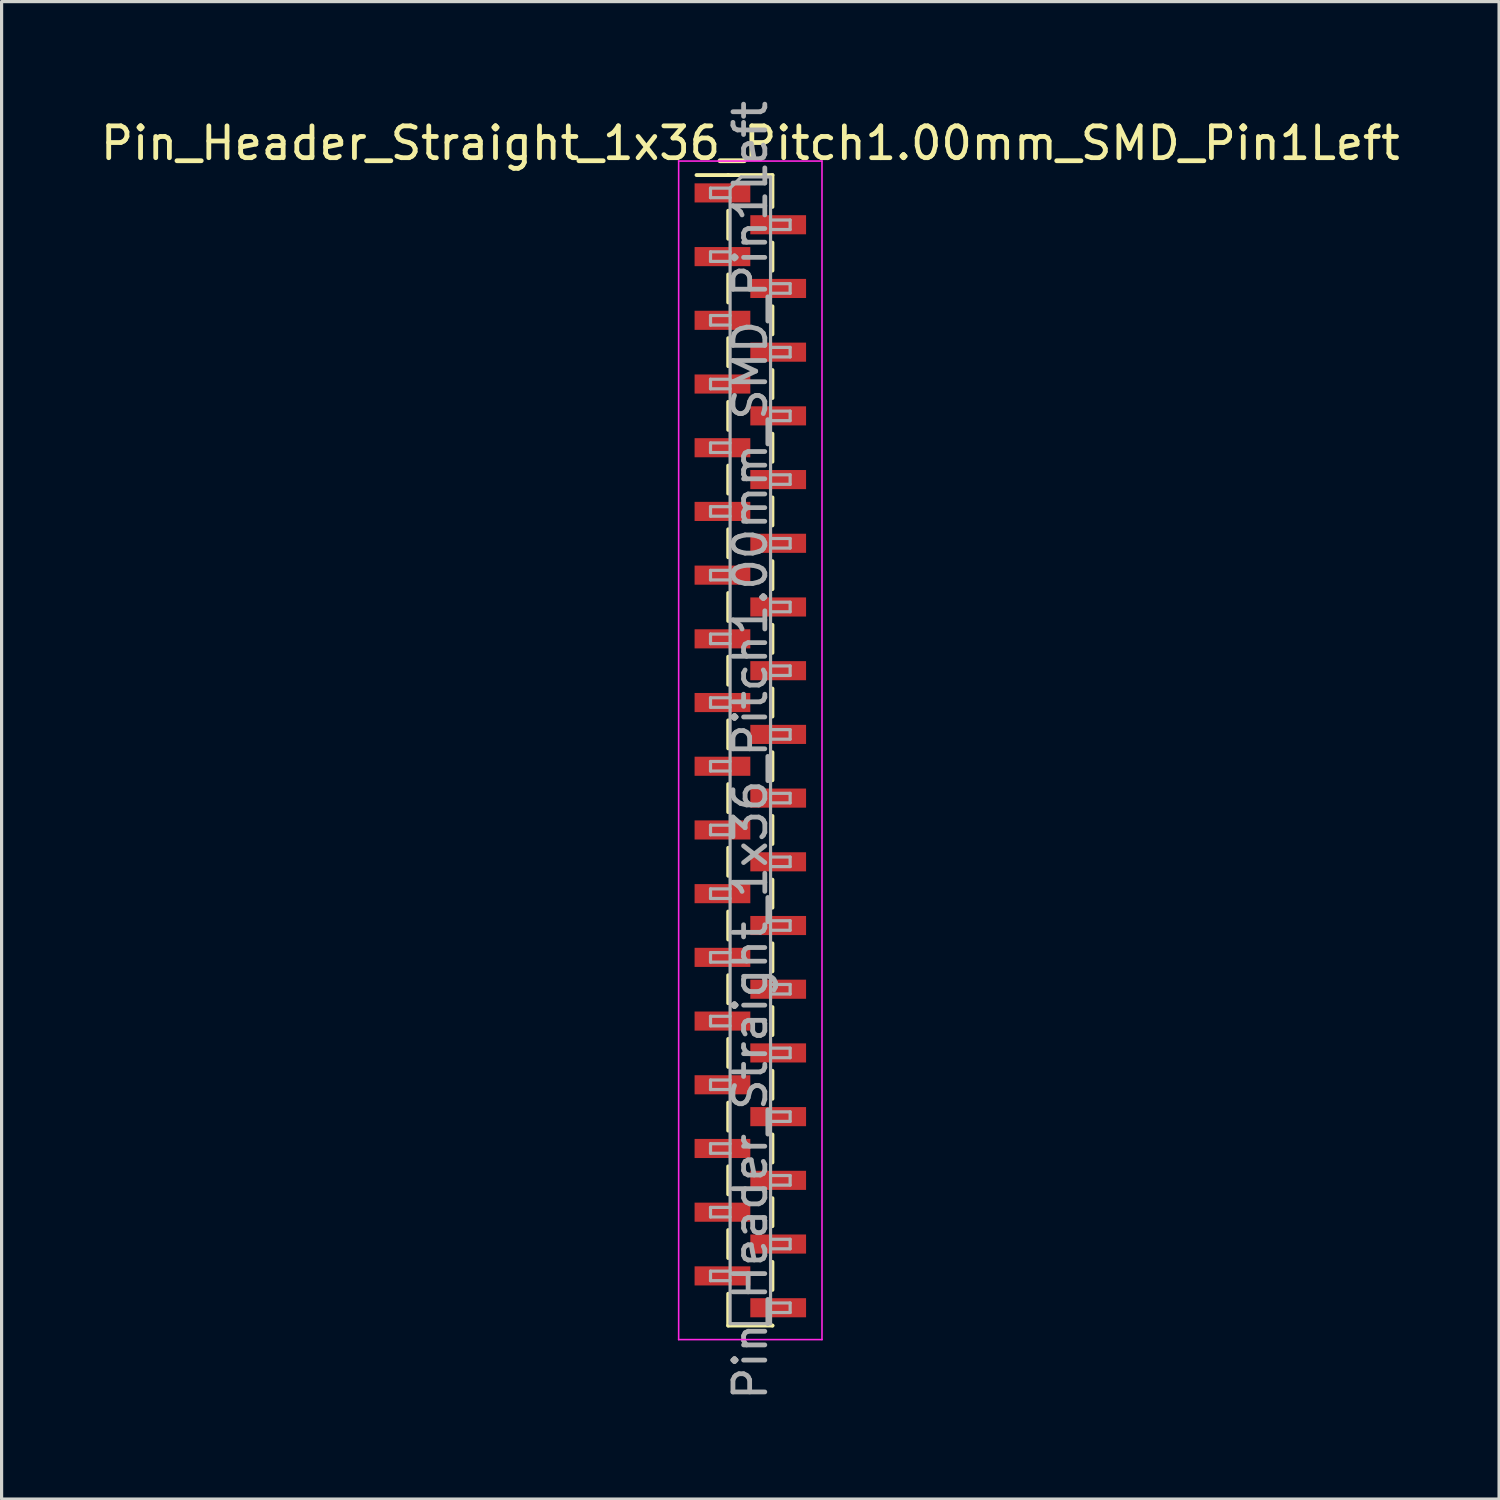
<source format=kicad_pcb>
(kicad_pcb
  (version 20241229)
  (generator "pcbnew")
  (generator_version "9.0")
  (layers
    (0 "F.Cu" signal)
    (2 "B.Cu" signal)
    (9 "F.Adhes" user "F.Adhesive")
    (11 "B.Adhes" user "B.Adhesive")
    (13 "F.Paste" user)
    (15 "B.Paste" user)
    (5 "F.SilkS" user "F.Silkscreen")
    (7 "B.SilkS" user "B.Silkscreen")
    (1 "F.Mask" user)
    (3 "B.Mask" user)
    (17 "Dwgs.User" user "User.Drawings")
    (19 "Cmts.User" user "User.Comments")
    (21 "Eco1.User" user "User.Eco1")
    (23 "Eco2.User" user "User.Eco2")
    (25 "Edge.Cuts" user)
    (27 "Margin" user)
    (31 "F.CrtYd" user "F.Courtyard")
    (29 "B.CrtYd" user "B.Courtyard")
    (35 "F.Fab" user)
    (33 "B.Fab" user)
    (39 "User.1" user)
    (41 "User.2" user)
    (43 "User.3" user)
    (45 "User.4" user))
  (footprint "Pin_Header_Straight_1x36_Pitch1.00mm_SMD_Pin1Left"
    (layer "F.Cu")
    (at 20.506 20.506)
    (property "Reference" "Pin_Header_Straight_1x36_Pitch1.00mm_SMD_Pin1Left" (at 0 -19.06 0) (layer "F.SilkS") (effects (font (size 1 1) (thickness 0.15))))
    (attr smd)
    (fp_line (start -0.695 -18.06) (end -1.69 -18.06) (stroke (width 0.12) (type solid)) (layer "F.SilkS"))
    (fp_line (start -0.695 -18.06) (end -0.695 -18.06) (stroke (width 0.12) (type solid)) (layer "F.SilkS"))
    (fp_line (start -0.695 -18.06) (end 0.695 -18.06) (stroke (width 0.12) (type solid)) (layer "F.SilkS"))
    (fp_line (start -0.695 -16.94) (end -0.695 -16.06) (stroke (width 0.12) (type solid)) (layer "F.SilkS"))
    (fp_line (start -0.695 -14.94) (end -0.695 -14.06) (stroke (width 0.12) (type solid)) (layer "F.SilkS"))
    (fp_line (start -0.695 -12.94) (end -0.695 -12.06) (stroke (width 0.12) (type solid)) (layer "F.SilkS"))
    (fp_line (start -0.695 -10.94) (end -0.695 -10.06) (stroke (width 0.12) (type solid)) (layer "F.SilkS"))
    (fp_line (start -0.695 -8.94) (end -0.695 -8.06) (stroke (width 0.12) (type solid)) (layer "F.SilkS"))
    (fp_line (start -0.695 -6.94) (end -0.695 -6.06) (stroke (width 0.12) (type solid)) (layer "F.SilkS"))
    (fp_line (start -0.695 -4.94) (end -0.695 -4.06) (stroke (width 0.12) (type solid)) (layer "F.SilkS"))
    (fp_line (start -0.695 -2.94) (end -0.695 -2.06) (stroke (width 0.12) (type solid)) (layer "F.SilkS"))
    (fp_line (start -0.695 -0.94) (end -0.695 -0.06) (stroke (width 0.12) (type solid)) (layer "F.SilkS"))
    (fp_line (start -0.695 1.06) (end -0.695 1.94) (stroke (width 0.12) (type solid)) (layer "F.SilkS"))
    (fp_line (start -0.695 3.06) (end -0.695 3.94) (stroke (width 0.12) (type solid)) (layer "F.SilkS"))
    (fp_line (start -0.695 5.06) (end -0.695 5.94) (stroke (width 0.12) (type solid)) (layer "F.SilkS"))
    (fp_line (start -0.695 7.06) (end -0.695 7.94) (stroke (width 0.12) (type solid)) (layer "F.SilkS"))
    (fp_line (start -0.695 9.06) (end -0.695 9.94) (stroke (width 0.12) (type solid)) (layer "F.SilkS"))
    (fp_line (start -0.695 11.06) (end -0.695 11.94) (stroke (width 0.12) (type solid)) (layer "F.SilkS"))
    (fp_line (start -0.695 13.06) (end -0.695 13.94) (stroke (width 0.12) (type solid)) (layer "F.SilkS"))
    (fp_line (start -0.695 15.06) (end -0.695 15.94) (stroke (width 0.12) (type solid)) (layer "F.SilkS"))
    (fp_line (start -0.695 17.06) (end -0.695 18.06) (stroke (width 0.12) (type solid)) (layer "F.SilkS"))
    (fp_line (start -0.695 18.06) (end 0.695 18.06) (stroke (width 0.12) (type solid)) (layer "F.SilkS"))
    (fp_line (start 0.695 -18.06) (end 0.695 -17.06) (stroke (width 0.12) (type solid)) (layer "F.SilkS"))
    (fp_line (start 0.695 -15.94) (end 0.695 -15.06) (stroke (width 0.12) (type solid)) (layer "F.SilkS"))
    (fp_line (start 0.695 -13.94) (end 0.695 -13.06) (stroke (width 0.12) (type solid)) (layer "F.SilkS"))
    (fp_line (start 0.695 -11.94) (end 0.695 -11.06) (stroke (width 0.12) (type solid)) (layer "F.SilkS"))
    (fp_line (start 0.695 -9.94) (end 0.695 -9.06) (stroke (width 0.12) (type solid)) (layer "F.SilkS"))
    (fp_line (start 0.695 -7.94) (end 0.695 -7.06) (stroke (width 0.12) (type solid)) (layer "F.SilkS"))
    (fp_line (start 0.695 -5.94) (end 0.695 -5.06) (stroke (width 0.12) (type solid)) (layer "F.SilkS"))
    (fp_line (start 0.695 -3.94) (end 0.695 -3.06) (stroke (width 0.12) (type solid)) (layer "F.SilkS"))
    (fp_line (start 0.695 -1.94) (end 0.695 -1.06) (stroke (width 0.12) (type solid)) (layer "F.SilkS"))
    (fp_line (start 0.695 0.06) (end 0.695 0.94) (stroke (width 0.12) (type solid)) (layer "F.SilkS"))
    (fp_line (start 0.695 2.06) (end 0.695 2.94) (stroke (width 0.12) (type solid)) (layer "F.SilkS"))
    (fp_line (start 0.695 4.06) (end 0.695 4.94) (stroke (width 0.12) (type solid)) (layer "F.SilkS"))
    (fp_line (start 0.695 6.06) (end 0.695 6.94) (stroke (width 0.12) (type solid)) (layer "F.SilkS"))
    (fp_line (start 0.695 8.06) (end 0.695 8.94) (stroke (width 0.12) (type solid)) (layer "F.SilkS"))
    (fp_line (start 0.695 10.06) (end 0.695 10.94) (stroke (width 0.12) (type solid)) (layer "F.SilkS"))
    (fp_line (start 0.695 12.06) (end 0.695 12.94) (stroke (width 0.12) (type solid)) (layer "F.SilkS"))
    (fp_line (start 0.695 14.06) (end 0.695 14.94) (stroke (width 0.12) (type solid)) (layer "F.SilkS"))
    (fp_line (start 0.695 16.06) (end 0.695 16.94) (stroke (width 0.12) (type solid)) (layer "F.SilkS"))
    (fp_line (start 0.695 18.06) (end 0.695 18.06) (stroke (width 0.12) (type solid)) (layer "F.SilkS"))
    (fp_line (start -2.25 -18.5) (end -2.25 18.5) (stroke (width 0.05) (type solid)) (layer "F.CrtYd"))
    (fp_line (start -2.25 18.5) (end 2.25 18.5) (stroke (width 0.05) (type solid)) (layer "F.CrtYd"))
    (fp_line (start 2.25 -18.5) (end -2.25 -18.5) (stroke (width 0.05) (type solid)) (layer "F.CrtYd"))
    (fp_line (start 2.25 18.5) (end 2.25 -18.5) (stroke (width 0.05) (type solid)) (layer "F.CrtYd"))
    (fp_line (start -1.25 -17.65) (end -1.25 -17.35) (stroke (width 0.1) (type solid)) (layer "F.Fab"))
    (fp_line (start -1.25 -17.35) (end -0.635 -17.35) (stroke (width 0.1) (type solid)) (layer "F.Fab"))
    (fp_line (start -1.25 -15.65) (end -1.25 -15.35) (stroke (width 0.1) (type solid)) (layer "F.Fab"))
    (fp_line (start -1.25 -15.35) (end -0.635 -15.35) (stroke (width 0.1) (type solid)) (layer "F.Fab"))
    (fp_line (start -1.25 -13.65) (end -1.25 -13.35) (stroke (width 0.1) (type solid)) (layer "F.Fab"))
    (fp_line (start -1.25 -13.35) (end -0.635 -13.35) (stroke (width 0.1) (type solid)) (layer "F.Fab"))
    (fp_line (start -1.25 -11.65) (end -1.25 -11.35) (stroke (width 0.1) (type solid)) (layer "F.Fab"))
    (fp_line (start -1.25 -11.35) (end -0.635 -11.35) (stroke (width 0.1) (type solid)) (layer "F.Fab"))
    (fp_line (start -1.25 -9.65) (end -1.25 -9.35) (stroke (width 0.1) (type solid)) (layer "F.Fab"))
    (fp_line (start -1.25 -9.35) (end -0.635 -9.35) (stroke (width 0.1) (type solid)) (layer "F.Fab"))
    (fp_line (start -1.25 -7.65) (end -1.25 -7.35) (stroke (width 0.1) (type solid)) (layer "F.Fab"))
    (fp_line (start -1.25 -7.35) (end -0.635 -7.35) (stroke (width 0.1) (type solid)) (layer "F.Fab"))
    (fp_line (start -1.25 -5.65) (end -1.25 -5.35) (stroke (width 0.1) (type solid)) (layer "F.Fab"))
    (fp_line (start -1.25 -5.35) (end -0.635 -5.35) (stroke (width 0.1) (type solid)) (layer "F.Fab"))
    (fp_line (start -1.25 -3.65) (end -1.25 -3.35) (stroke (width 0.1) (type solid)) (layer "F.Fab"))
    (fp_line (start -1.25 -3.35) (end -0.635 -3.35) (stroke (width 0.1) (type solid)) (layer "F.Fab"))
    (fp_line (start -1.25 -1.65) (end -1.25 -1.35) (stroke (width 0.1) (type solid)) (layer "F.Fab"))
    (fp_line (start -1.25 -1.35) (end -0.635 -1.35) (stroke (width 0.1) (type solid)) (layer "F.Fab"))
    (fp_line (start -1.25 0.35) (end -1.25 0.65) (stroke (width 0.1) (type solid)) (layer "F.Fab"))
    (fp_line (start -1.25 0.65) (end -0.635 0.65) (stroke (width 0.1) (type solid)) (layer "F.Fab"))
    (fp_line (start -1.25 2.35) (end -1.25 2.65) (stroke (width 0.1) (type solid)) (layer "F.Fab"))
    (fp_line (start -1.25 2.65) (end -0.635 2.65) (stroke (width 0.1) (type solid)) (layer "F.Fab"))
    (fp_line (start -1.25 4.35) (end -1.25 4.65) (stroke (width 0.1) (type solid)) (layer "F.Fab"))
    (fp_line (start -1.25 4.65) (end -0.635 4.65) (stroke (width 0.1) (type solid)) (layer "F.Fab"))
    (fp_line (start -1.25 6.35) (end -1.25 6.65) (stroke (width 0.1) (type solid)) (layer "F.Fab"))
    (fp_line (start -1.25 6.65) (end -0.635 6.65) (stroke (width 0.1) (type solid)) (layer "F.Fab"))
    (fp_line (start -1.25 8.35) (end -1.25 8.65) (stroke (width 0.1) (type solid)) (layer "F.Fab"))
    (fp_line (start -1.25 8.65) (end -0.635 8.65) (stroke (width 0.1) (type solid)) (layer "F.Fab"))
    (fp_line (start -1.25 10.35) (end -1.25 10.65) (stroke (width 0.1) (type solid)) (layer "F.Fab"))
    (fp_line (start -1.25 10.65) (end -0.635 10.65) (stroke (width 0.1) (type solid)) (layer "F.Fab"))
    (fp_line (start -1.25 12.35) (end -1.25 12.65) (stroke (width 0.1) (type solid)) (layer "F.Fab"))
    (fp_line (start -1.25 12.65) (end -0.635 12.65) (stroke (width 0.1) (type solid)) (layer "F.Fab"))
    (fp_line (start -1.25 14.35) (end -1.25 14.65) (stroke (width 0.1) (type solid)) (layer "F.Fab"))
    (fp_line (start -1.25 14.65) (end -0.635 14.65) (stroke (width 0.1) (type solid)) (layer "F.Fab"))
    (fp_line (start -1.25 16.35) (end -1.25 16.65) (stroke (width 0.1) (type solid)) (layer "F.Fab"))
    (fp_line (start -1.25 16.65) (end -0.635 16.65) (stroke (width 0.1) (type solid)) (layer "F.Fab"))
    (fp_line (start -0.635 -17.65) (end -1.25 -17.65) (stroke (width 0.1) (type solid)) (layer "F.Fab"))
    (fp_line (start -0.635 -17.65) (end -0.285 -18) (stroke (width 0.1) (type solid)) (layer "F.Fab"))
    (fp_line (start -0.635 -15.65) (end -1.25 -15.65) (stroke (width 0.1) (type solid)) (layer "F.Fab"))
    (fp_line (start -0.635 -13.65) (end -1.25 -13.65) (stroke (width 0.1) (type solid)) (layer "F.Fab"))
    (fp_line (start -0.635 -11.65) (end -1.25 -11.65) (stroke (width 0.1) (type solid)) (layer "F.Fab"))
    (fp_line (start -0.635 -9.65) (end -1.25 -9.65) (stroke (width 0.1) (type solid)) (layer "F.Fab"))
    (fp_line (start -0.635 -7.65) (end -1.25 -7.65) (stroke (width 0.1) (type solid)) (layer "F.Fab"))
    (fp_line (start -0.635 -5.65) (end -1.25 -5.65) (stroke (width 0.1) (type solid)) (layer "F.Fab"))
    (fp_line (start -0.635 -3.65) (end -1.25 -3.65) (stroke (width 0.1) (type solid)) (layer "F.Fab"))
    (fp_line (start -0.635 -1.65) (end -1.25 -1.65) (stroke (width 0.1) (type solid)) (layer "F.Fab"))
    (fp_line (start -0.635 0.35) (end -1.25 0.35) (stroke (width 0.1) (type solid)) (layer "F.Fab"))
    (fp_line (start -0.635 2.35) (end -1.25 2.35) (stroke (width 0.1) (type solid)) (layer "F.Fab"))
    (fp_line (start -0.635 4.35) (end -1.25 4.35) (stroke (width 0.1) (type solid)) (layer "F.Fab"))
    (fp_line (start -0.635 6.35) (end -1.25 6.35) (stroke (width 0.1) (type solid)) (layer "F.Fab"))
    (fp_line (start -0.635 8.35) (end -1.25 8.35) (stroke (width 0.1) (type solid)) (layer "F.Fab"))
    (fp_line (start -0.635 10.35) (end -1.25 10.35) (stroke (width 0.1) (type solid)) (layer "F.Fab"))
    (fp_line (start -0.635 12.35) (end -1.25 12.35) (stroke (width 0.1) (type solid)) (layer "F.Fab"))
    (fp_line (start -0.635 14.35) (end -1.25 14.35) (stroke (width 0.1) (type solid)) (layer "F.Fab"))
    (fp_line (start -0.635 16.35) (end -1.25 16.35) (stroke (width 0.1) (type solid)) (layer "F.Fab"))
    (fp_line (start -0.635 18) (end -0.635 -17.65) (stroke (width 0.1) (type solid)) (layer "F.Fab"))
    (fp_line (start -0.285 -18) (end 0.635 -18) (stroke (width 0.1) (type solid)) (layer "F.Fab"))
    (fp_line (start 0.635 -18) (end 0.635 18) (stroke (width 0.1) (type solid)) (layer "F.Fab"))
    (fp_line (start 0.635 -16.65) (end 1.25 -16.65) (stroke (width 0.1) (type solid)) (layer "F.Fab"))
    (fp_line (start 0.635 -14.65) (end 1.25 -14.65) (stroke (width 0.1) (type solid)) (layer "F.Fab"))
    (fp_line (start 0.635 -12.65) (end 1.25 -12.65) (stroke (width 0.1) (type solid)) (layer "F.Fab"))
    (fp_line (start 0.635 -10.65) (end 1.25 -10.65) (stroke (width 0.1) (type solid)) (layer "F.Fab"))
    (fp_line (start 0.635 -8.65) (end 1.25 -8.65) (stroke (width 0.1) (type solid)) (layer "F.Fab"))
    (fp_line (start 0.635 -6.65) (end 1.25 -6.65) (stroke (width 0.1) (type solid)) (layer "F.Fab"))
    (fp_line (start 0.635 -4.65) (end 1.25 -4.65) (stroke (width 0.1) (type solid)) (layer "F.Fab"))
    (fp_line (start 0.635 -2.65) (end 1.25 -2.65) (stroke (width 0.1) (type solid)) (layer "F.Fab"))
    (fp_line (start 0.635 -0.65) (end 1.25 -0.65) (stroke (width 0.1) (type solid)) (layer "F.Fab"))
    (fp_line (start 0.635 1.35) (end 1.25 1.35) (stroke (width 0.1) (type solid)) (layer "F.Fab"))
    (fp_line (start 0.635 3.35) (end 1.25 3.35) (stroke (width 0.1) (type solid)) (layer "F.Fab"))
    (fp_line (start 0.635 5.35) (end 1.25 5.35) (stroke (width 0.1) (type solid)) (layer "F.Fab"))
    (fp_line (start 0.635 7.35) (end 1.25 7.35) (stroke (width 0.1) (type solid)) (layer "F.Fab"))
    (fp_line (start 0.635 9.35) (end 1.25 9.35) (stroke (width 0.1) (type solid)) (layer "F.Fab"))
    (fp_line (start 0.635 11.35) (end 1.25 11.35) (stroke (width 0.1) (type solid)) (layer "F.Fab"))
    (fp_line (start 0.635 13.35) (end 1.25 13.35) (stroke (width 0.1) (type solid)) (layer "F.Fab"))
    (fp_line (start 0.635 15.35) (end 1.25 15.35) (stroke (width 0.1) (type solid)) (layer "F.Fab"))
    (fp_line (start 0.635 17.35) (end 1.25 17.35) (stroke (width 0.1) (type solid)) (layer "F.Fab"))
    (fp_line (start 0.635 18) (end -0.635 18) (stroke (width 0.1) (type solid)) (layer "F.Fab"))
    (fp_line (start 1.25 -16.65) (end 1.25 -16.35) (stroke (width 0.1) (type solid)) (layer "F.Fab"))
    (fp_line (start 1.25 -16.35) (end 0.635 -16.35) (stroke (width 0.1) (type solid)) (layer "F.Fab"))
    (fp_line (start 1.25 -14.65) (end 1.25 -14.35) (stroke (width 0.1) (type solid)) (layer "F.Fab"))
    (fp_line (start 1.25 -14.35) (end 0.635 -14.35) (stroke (width 0.1) (type solid)) (layer "F.Fab"))
    (fp_line (start 1.25 -12.65) (end 1.25 -12.35) (stroke (width 0.1) (type solid)) (layer "F.Fab"))
    (fp_line (start 1.25 -12.35) (end 0.635 -12.35) (stroke (width 0.1) (type solid)) (layer "F.Fab"))
    (fp_line (start 1.25 -10.65) (end 1.25 -10.35) (stroke (width 0.1) (type solid)) (layer "F.Fab"))
    (fp_line (start 1.25 -10.35) (end 0.635 -10.35) (stroke (width 0.1) (type solid)) (layer "F.Fab"))
    (fp_line (start 1.25 -8.65) (end 1.25 -8.35) (stroke (width 0.1) (type solid)) (layer "F.Fab"))
    (fp_line (start 1.25 -8.35) (end 0.635 -8.35) (stroke (width 0.1) (type solid)) (layer "F.Fab"))
    (fp_line (start 1.25 -6.65) (end 1.25 -6.35) (stroke (width 0.1) (type solid)) (layer "F.Fab"))
    (fp_line (start 1.25 -6.35) (end 0.635 -6.35) (stroke (width 0.1) (type solid)) (layer "F.Fab"))
    (fp_line (start 1.25 -4.65) (end 1.25 -4.35) (stroke (width 0.1) (type solid)) (layer "F.Fab"))
    (fp_line (start 1.25 -4.35) (end 0.635 -4.35) (stroke (width 0.1) (type solid)) (layer "F.Fab"))
    (fp_line (start 1.25 -2.65) (end 1.25 -2.35) (stroke (width 0.1) (type solid)) (layer "F.Fab"))
    (fp_line (start 1.25 -2.35) (end 0.635 -2.35) (stroke (width 0.1) (type solid)) (layer "F.Fab"))
    (fp_line (start 1.25 -0.65) (end 1.25 -0.35) (stroke (width 0.1) (type solid)) (layer "F.Fab"))
    (fp_line (start 1.25 -0.35) (end 0.635 -0.35) (stroke (width 0.1) (type solid)) (layer "F.Fab"))
    (fp_line (start 1.25 1.35) (end 1.25 1.65) (stroke (width 0.1) (type solid)) (layer "F.Fab"))
    (fp_line (start 1.25 1.65) (end 0.635 1.65) (stroke (width 0.1) (type solid)) (layer "F.Fab"))
    (fp_line (start 1.25 3.35) (end 1.25 3.65) (stroke (width 0.1) (type solid)) (layer "F.Fab"))
    (fp_line (start 1.25 3.65) (end 0.635 3.65) (stroke (width 0.1) (type solid)) (layer "F.Fab"))
    (fp_line (start 1.25 5.35) (end 1.25 5.65) (stroke (width 0.1) (type solid)) (layer "F.Fab"))
    (fp_line (start 1.25 5.65) (end 0.635 5.65) (stroke (width 0.1) (type solid)) (layer "F.Fab"))
    (fp_line (start 1.25 7.35) (end 1.25 7.65) (stroke (width 0.1) (type solid)) (layer "F.Fab"))
    (fp_line (start 1.25 7.65) (end 0.635 7.65) (stroke (width 0.1) (type solid)) (layer "F.Fab"))
    (fp_line (start 1.25 9.35) (end 1.25 9.65) (stroke (width 0.1) (type solid)) (layer "F.Fab"))
    (fp_line (start 1.25 9.65) (end 0.635 9.65) (stroke (width 0.1) (type solid)) (layer "F.Fab"))
    (fp_line (start 1.25 11.35) (end 1.25 11.65) (stroke (width 0.1) (type solid)) (layer "F.Fab"))
    (fp_line (start 1.25 11.65) (end 0.635 11.65) (stroke (width 0.1) (type solid)) (layer "F.Fab"))
    (fp_line (start 1.25 13.35) (end 1.25 13.65) (stroke (width 0.1) (type solid)) (layer "F.Fab"))
    (fp_line (start 1.25 13.65) (end 0.635 13.65) (stroke (width 0.1) (type solid)) (layer "F.Fab"))
    (fp_line (start 1.25 15.35) (end 1.25 15.65) (stroke (width 0.1) (type solid)) (layer "F.Fab"))
    (fp_line (start 1.25 15.65) (end 0.635 15.65) (stroke (width 0.1) (type solid)) (layer "F.Fab"))
    (fp_line (start 1.25 17.35) (end 1.25 17.65) (stroke (width 0.1) (type solid)) (layer "F.Fab"))
    (fp_line (start 1.25 17.65) (end 0.635 17.65) (stroke (width 0.1) (type solid)) (layer "F.Fab"))
    (fp_text user "${REFERENCE}" (at 0 0 90) (layer "F.Fab") (effects (font (size 1 1) (thickness 0.15))))
    (pad "1" smd rect (at -0.875 -17.5) (size 1.75 0.6) (layers "F.Cu" "F.Mask" "F.Paste"))
    (pad "2" smd rect (at 0.875 -16.5) (size 1.75 0.6) (layers "F.Cu" "F.Mask" "F.Paste"))
    (pad "3" smd rect (at -0.875 -15.5) (size 1.75 0.6) (layers "F.Cu" "F.Mask" "F.Paste"))
    (pad "4" smd rect (at 0.875 -14.5) (size 1.75 0.6) (layers "F.Cu" "F.Mask" "F.Paste"))
    (pad "5" smd rect (at -0.875 -13.5) (size 1.75 0.6) (layers "F.Cu" "F.Mask" "F.Paste"))
    (pad "6" smd rect (at 0.875 -12.5) (size 1.75 0.6) (layers "F.Cu" "F.Mask" "F.Paste"))
    (pad "7" smd rect (at -0.875 -11.5) (size 1.75 0.6) (layers "F.Cu" "F.Mask" "F.Paste"))
    (pad "8" smd rect (at 0.875 -10.5) (size 1.75 0.6) (layers "F.Cu" "F.Mask" "F.Paste"))
    (pad "9" smd rect (at -0.875 -9.5) (size 1.75 0.6) (layers "F.Cu" "F.Mask" "F.Paste"))
    (pad "10" smd rect (at 0.875 -8.5) (size 1.75 0.6) (layers "F.Cu" "F.Mask" "F.Paste"))
    (pad "11" smd rect (at -0.875 -7.5) (size 1.75 0.6) (layers "F.Cu" "F.Mask" "F.Paste"))
    (pad "12" smd rect (at 0.875 -6.5) (size 1.75 0.6) (layers "F.Cu" "F.Mask" "F.Paste"))
    (pad "13" smd rect (at -0.875 -5.5) (size 1.75 0.6) (layers "F.Cu" "F.Mask" "F.Paste"))
    (pad "14" smd rect (at 0.875 -4.5) (size 1.75 0.6) (layers "F.Cu" "F.Mask" "F.Paste"))
    (pad "15" smd rect (at -0.875 -3.5) (size 1.75 0.6) (layers "F.Cu" "F.Mask" "F.Paste"))
    (pad "16" smd rect (at 0.875 -2.5) (size 1.75 0.6) (layers "F.Cu" "F.Mask" "F.Paste"))
    (pad "17" smd rect (at -0.875 -1.5) (size 1.75 0.6) (layers "F.Cu" "F.Mask" "F.Paste"))
    (pad "18" smd rect (at 0.875 -0.5) (size 1.75 0.6) (layers "F.Cu" "F.Mask" "F.Paste"))
    (pad "19" smd rect (at -0.875 0.5) (size 1.75 0.6) (layers "F.Cu" "F.Mask" "F.Paste"))
    (pad "20" smd rect (at 0.875 1.5) (size 1.75 0.6) (layers "F.Cu" "F.Mask" "F.Paste"))
    (pad "21" smd rect (at -0.875 2.5) (size 1.75 0.6) (layers "F.Cu" "F.Mask" "F.Paste"))
    (pad "22" smd rect (at 0.875 3.5) (size 1.75 0.6) (layers "F.Cu" "F.Mask" "F.Paste"))
    (pad "23" smd rect (at -0.875 4.5) (size 1.75 0.6) (layers "F.Cu" "F.Mask" "F.Paste"))
    (pad "24" smd rect (at 0.875 5.5) (size 1.75 0.6) (layers "F.Cu" "F.Mask" "F.Paste"))
    (pad "25" smd rect (at -0.875 6.5) (size 1.75 0.6) (layers "F.Cu" "F.Mask" "F.Paste"))
    (pad "26" smd rect (at 0.875 7.5) (size 1.75 0.6) (layers "F.Cu" "F.Mask" "F.Paste"))
    (pad "27" smd rect (at -0.875 8.5) (size 1.75 0.6) (layers "F.Cu" "F.Mask" "F.Paste"))
    (pad "28" smd rect (at 0.875 9.5) (size 1.75 0.6) (layers "F.Cu" "F.Mask" "F.Paste"))
    (pad "29" smd rect (at -0.875 10.5) (size 1.75 0.6) (layers "F.Cu" "F.Mask" "F.Paste"))
    (pad "30" smd rect (at 0.875 11.5) (size 1.75 0.6) (layers "F.Cu" "F.Mask" "F.Paste"))
    (pad "31" smd rect (at -0.875 12.5) (size 1.75 0.6) (layers "F.Cu" "F.Mask" "F.Paste"))
    (pad "32" smd rect (at 0.875 13.5) (size 1.75 0.6) (layers "F.Cu" "F.Mask" "F.Paste"))
    (pad "33" smd rect (at -0.875 14.5) (size 1.75 0.6) (layers "F.Cu" "F.Mask" "F.Paste"))
    (pad "34" smd rect (at 0.875 15.5) (size 1.75 0.6) (layers "F.Cu" "F.Mask" "F.Paste"))
    (pad "35" smd rect (at -0.875 16.5) (size 1.75 0.6) (layers "F.Cu" "F.Mask" "F.Paste"))
    (pad "36" smd rect (at 0.875 17.5) (size 1.75 0.6) (layers "F.Cu" "F.Mask" "F.Paste")))
  (gr_rect
    (start -3 -3)
    (end 44.012 44.012)
    (stroke (width 0.1) (type default))
    (fill no)
    (layer "Edge.Cuts")))
</source>
